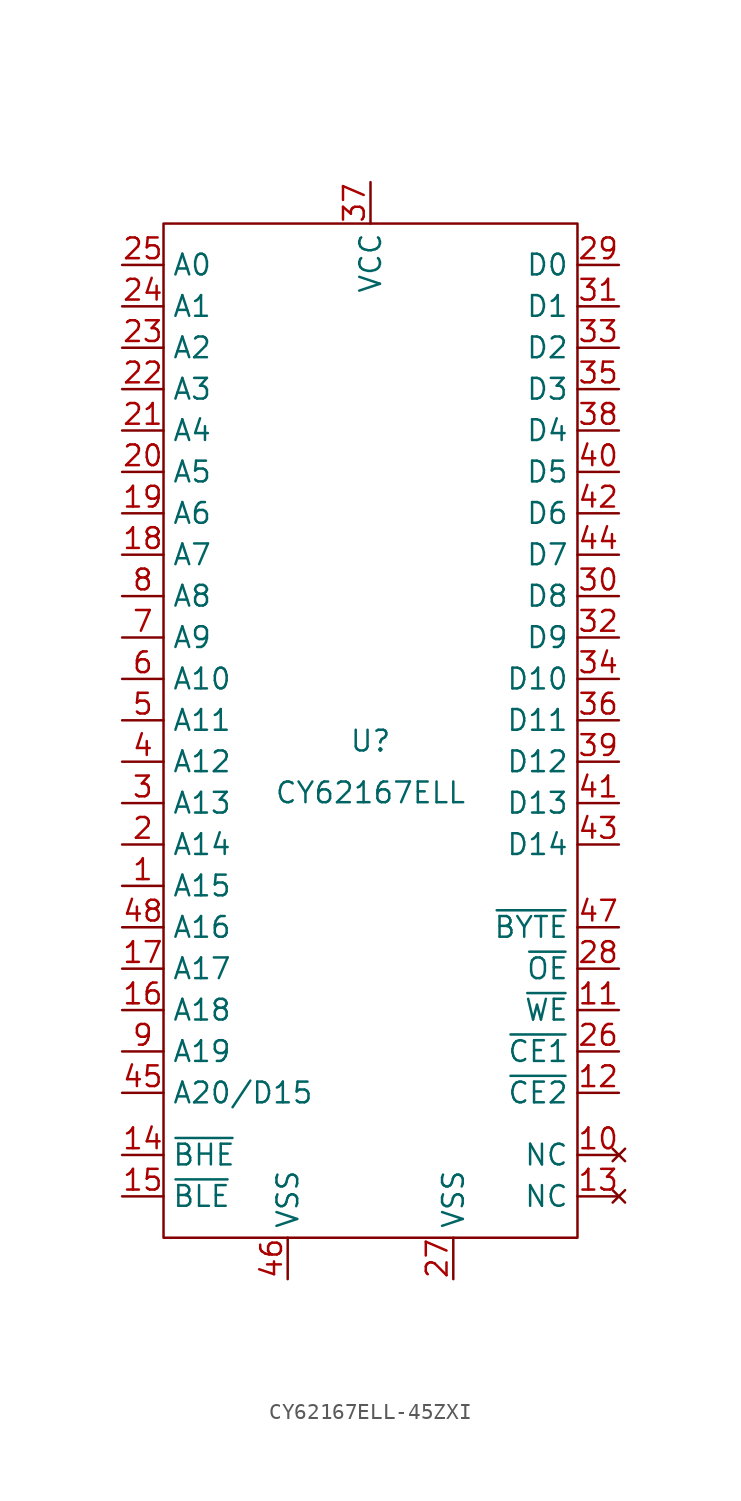
<source format=kicad_sym>
(kicad_symbol_lib
  (version 20220914)
  (generator kicad_symbol_editor)
  (symbol "CY62167ELL-45ZXI"
    (property "Reference" "U"
      (at 0 1.27 0)
      (effects (font (size 1.27 1.27))))
    (property "Value" "CY62167ELL"
      (at 0 -1.905 0)
      (effects (font (size 1.27 1.27))))
    (symbol "CY62167ELL-45ZXI_0_1"
      (polyline (pts (xy -12.7 33.02) (xy 12.7 33.02) (xy 12.7 -29.21) (xy -12.7 -29.21) (xy -12.7 33.02)) (stroke (width 0) (type default)) (fill (type none))))
    (symbol "CY62167ELL-45ZXI_1_1"
      (pin passive line (at -15.24 -7.62 0) (length 2.54) (name "A15" (effects (font (size 1.27 1.27)))) (number "1" (effects (font (size 1.27 1.27)))))
      (pin no_connect line (at 15.24 -24.13 180) (length 2.54) (name "NC" (effects (font (size 1.27 1.27)))) (number "10" (effects (font (size 1.27 1.27)))))
      (pin passive line (at 15.24 -15.24 180) (length 2.54) (name "~{WE}" (effects (font (size 1.27 1.27)))) (number "11" (effects (font (size 1.27 1.27)))))
      (pin passive line (at 15.24 -20.32 180) (length 2.54) (name "~{CE2}" (effects (font (size 1.27 1.27)))) (number "12" (effects (font (size 1.27 1.27)))))
      (pin no_connect line (at 15.24 -26.67 180) (length 2.54) (name "NC" (effects (font (size 1.27 1.27)))) (number "13" (effects (font (size 1.27 1.27)))))
      (pin passive line (at -15.24 -24.13 0) (length 2.54) (name "~{BHE}" (effects (font (size 1.27 1.27)))) (number "14" (effects (font (size 1.27 1.27)))))
      (pin passive line (at -15.24 -26.67 0) (length 2.54) (name "~{BLE}" (effects (font (size 1.27 1.27)))) (number "15" (effects (font (size 1.27 1.27)))))
      (pin passive line (at -15.24 -15.24 0) (length 2.54) (name "A18" (effects (font (size 1.27 1.27)))) (number "16" (effects (font (size 1.27 1.27)))))
      (pin passive line (at -15.24 -12.7 0) (length 2.54) (name "A17" (effects (font (size 1.27 1.27)))) (number "17" (effects (font (size 1.27 1.27)))))
      (pin passive line (at -15.24 12.7 0) (length 2.54) (name "A7" (effects (font (size 1.27 1.27)))) (number "18" (effects (font (size 1.27 1.27)))))
      (pin passive line (at -15.24 15.24 0) (length 2.54) (name "A6" (effects (font (size 1.27 1.27)))) (number "19" (effects (font (size 1.27 1.27)))))
      (pin passive line (at -15.24 -5.08 0) (length 2.54) (name "A14" (effects (font (size 1.27 1.27)))) (number "2" (effects (font (size 1.27 1.27)))))
      (pin passive line (at -15.24 17.78 0) (length 2.54) (name "A5" (effects (font (size 1.27 1.27)))) (number "20" (effects (font (size 1.27 1.27)))))
      (pin passive line (at -15.24 20.32 0) (length 2.54) (name "A4" (effects (font (size 1.27 1.27)))) (number "21" (effects (font (size 1.27 1.27)))))
      (pin passive line (at -15.24 22.86 0) (length 2.54) (name "A3" (effects (font (size 1.27 1.27)))) (number "22" (effects (font (size 1.27 1.27)))))
      (pin passive line (at -15.24 25.4 0) (length 2.54) (name "A2" (effects (font (size 1.27 1.27)))) (number "23" (effects (font (size 1.27 1.27)))))
      (pin passive line (at -15.24 27.94 0) (length 2.54) (name "A1" (effects (font (size 1.27 1.27)))) (number "24" (effects (font (size 1.27 1.27)))))
      (pin passive line (at -15.24 30.48 0) (length 2.54) (name "A0" (effects (font (size 1.27 1.27)))) (number "25" (effects (font (size 1.27 1.27)))))
      (pin passive line (at 15.24 -17.78 180) (length 2.54) (name "~{CE1}" (effects (font (size 1.27 1.27)))) (number "26" (effects (font (size 1.27 1.27)))))
      (pin passive line (at 5.08 -31.75 90) (length 2.54) (name "VSS" (effects (font (size 1.27 1.27)))) (number "27" (effects (font (size 1.27 1.27)))))
      (pin passive line (at 15.24 -12.7 180) (length 2.54) (name "~{OE}" (effects (font (size 1.27 1.27)))) (number "28" (effects (font (size 1.27 1.27)))))
      (pin passive line (at 15.24 30.48 180) (length 2.54) (name "D0" (effects (font (size 1.27 1.27)))) (number "29" (effects (font (size 1.27 1.27)))))
      (pin passive line (at -15.24 -2.54 0) (length 2.54) (name "A13" (effects (font (size 1.27 1.27)))) (number "3" (effects (font (size 1.27 1.27)))))
      (pin passive line (at 15.24 10.16 180) (length 2.54) (name "D8" (effects (font (size 1.27 1.27)))) (number "30" (effects (font (size 1.27 1.27)))))
      (pin passive line (at 15.24 27.94 180) (length 2.54) (name "D1" (effects (font (size 1.27 1.27)))) (number "31" (effects (font (size 1.27 1.27)))))
      (pin passive line (at 15.24 7.62 180) (length 2.54) (name "D9" (effects (font (size 1.27 1.27)))) (number "32" (effects (font (size 1.27 1.27)))))
      (pin passive line (at 15.24 25.4 180) (length 2.54) (name "D2" (effects (font (size 1.27 1.27)))) (number "33" (effects (font (size 1.27 1.27)))))
      (pin passive line (at 15.24 5.08 180) (length 2.54) (name "D10" (effects (font (size 1.27 1.27)))) (number "34" (effects (font (size 1.27 1.27)))))
      (pin passive line (at 15.24 22.86 180) (length 2.54) (name "D3" (effects (font (size 1.27 1.27)))) (number "35" (effects (font (size 1.27 1.27)))))
      (pin passive line (at 15.24 2.54 180) (length 2.54) (name "D11" (effects (font (size 1.27 1.27)))) (number "36" (effects (font (size 1.27 1.27)))))
      (pin passive line (at 0 35.56 270) (length 2.54) (name "VCC" (effects (font (size 1.27 1.27)))) (number "37" (effects (font (size 1.27 1.27)))))
      (pin passive line (at 15.24 20.32 180) (length 2.54) (name "D4" (effects (font (size 1.27 1.27)))) (number "38" (effects (font (size 1.27 1.27)))))
      (pin passive line (at 15.24 0 180) (length 2.54) (name "D12" (effects (font (size 1.27 1.27)))) (number "39" (effects (font (size 1.27 1.27)))))
      (pin passive line (at -15.24 0 0) (length 2.54) (name "A12" (effects (font (size 1.27 1.27)))) (number "4" (effects (font (size 1.27 1.27)))))
      (pin passive line (at 15.24 17.78 180) (length 2.54) (name "D5" (effects (font (size 1.27 1.27)))) (number "40" (effects (font (size 1.27 1.27)))))
      (pin passive line (at 15.24 -2.54 180) (length 2.54) (name "D13" (effects (font (size 1.27 1.27)))) (number "41" (effects (font (size 1.27 1.27)))))
      (pin passive line (at 15.24 15.24 180) (length 2.54) (name "D6" (effects (font (size 1.27 1.27)))) (number "42" (effects (font (size 1.27 1.27)))))
      (pin passive line (at 15.24 -5.08 180) (length 2.54) (name "D14" (effects (font (size 1.27 1.27)))) (number "43" (effects (font (size 1.27 1.27)))))
      (pin passive line (at 15.24 12.7 180) (length 2.54) (name "D7" (effects (font (size 1.27 1.27)))) (number "44" (effects (font (size 1.27 1.27)))))
      (pin passive line (at -15.24 -20.32 0) (length 2.54) (name "A20/D15" (effects (font (size 1.27 1.27)))) (number "45" (effects (font (size 1.27 1.27)))))
      (pin passive line (at -5.08 -31.75 90) (length 2.54) (name "VSS" (effects (font (size 1.27 1.27)))) (number "46" (effects (font (size 1.27 1.27)))))
      (pin passive line (at 15.24 -10.16 180) (length 2.54) (name "~{BYTE}" (effects (font (size 1.27 1.27)))) (number "47" (effects (font (size 1.27 1.27)))))
      (pin passive line (at -15.24 -10.16 0) (length 2.54) (name "A16" (effects (font (size 1.27 1.27)))) (number "48" (effects (font (size 1.27 1.27)))))
      (pin passive line (at -15.24 2.54 0) (length 2.54) (name "A11" (effects (font (size 1.27 1.27)))) (number "5" (effects (font (size 1.27 1.27)))))
      (pin passive line (at -15.24 5.08 0) (length 2.54) (name "A10" (effects (font (size 1.27 1.27)))) (number "6" (effects (font (size 1.27 1.27)))))
      (pin passive line (at -15.24 7.62 0) (length 2.54) (name "A9" (effects (font (size 1.27 1.27)))) (number "7" (effects (font (size 1.27 1.27)))))
      (pin passive line (at -15.24 10.16 0) (length 2.54) (name "A8" (effects (font (size 1.27 1.27)))) (number "8" (effects (font (size 1.27 1.27)))))
      (pin passive line (at -15.24 -17.78 0) (length 2.54) (name "A19" (effects (font (size 1.27 1.27)))) (number "9" (effects (font (size 1.27 1.27))))))))
</source>
